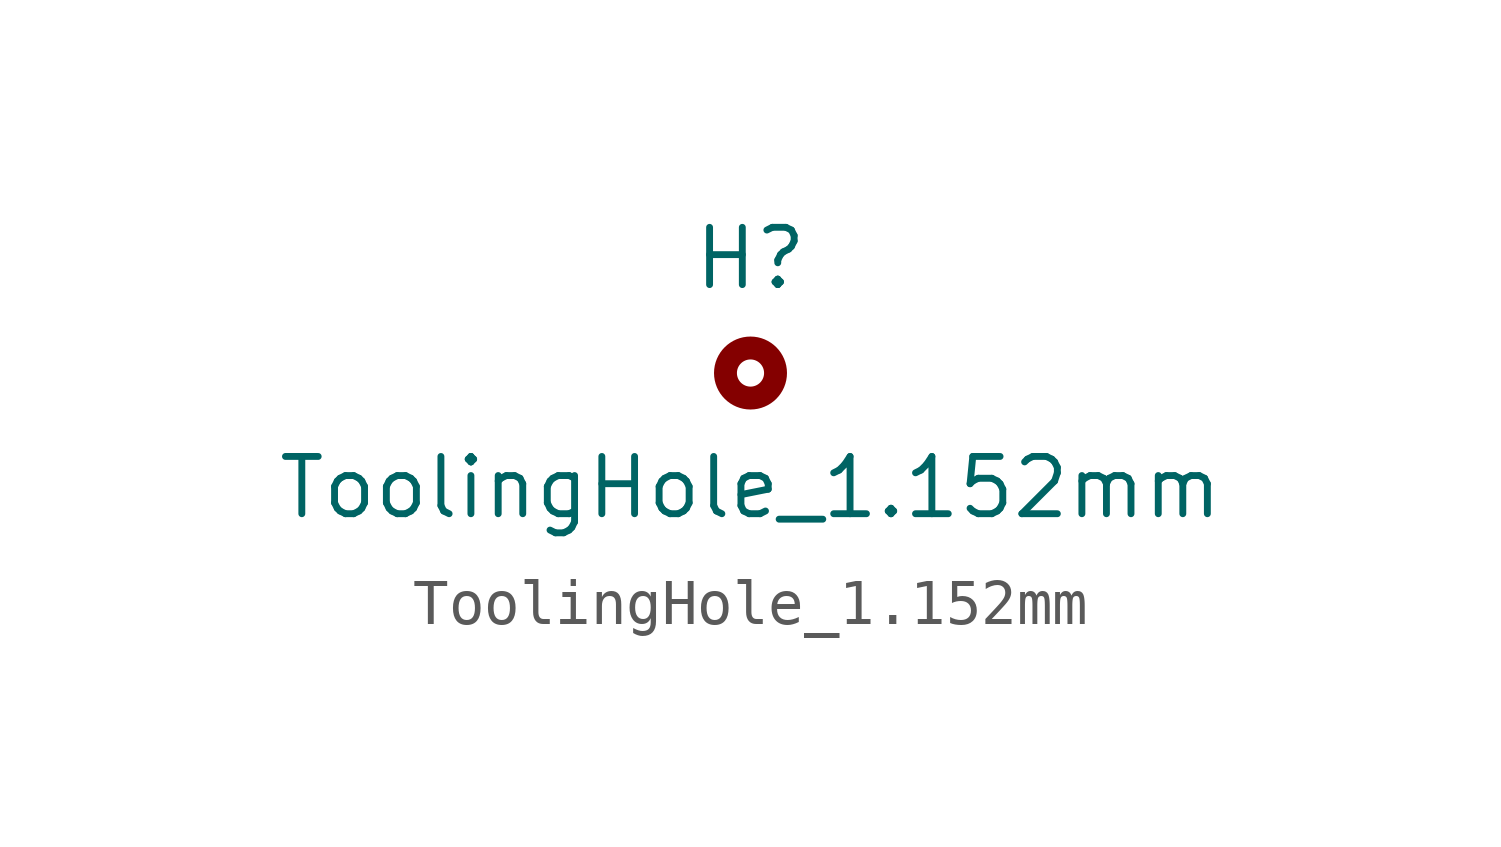
<source format=kicad_sym>
(kicad_symbol_lib
  (version 20211014)
  (generator kicad_symbol_editor)
  (symbol "ToolingHole_1.152mm"
    (property "Reference" "H"
      (at 0 2.54 0)
      (effects (font (size 1.27 1.27))))
    (property "Value" "ToolingHole_1.152mm"
      (at 0 -2.54 0)
      (effects (font (size 1.27 1.27))))
    (symbol "ToolingHole_1.152mm_0_1"
      (circle (center 0 0) (radius 0.555) (stroke (width 0.508) (type default) (color 0 0 0 0)) (fill (type none))))))
</source>
